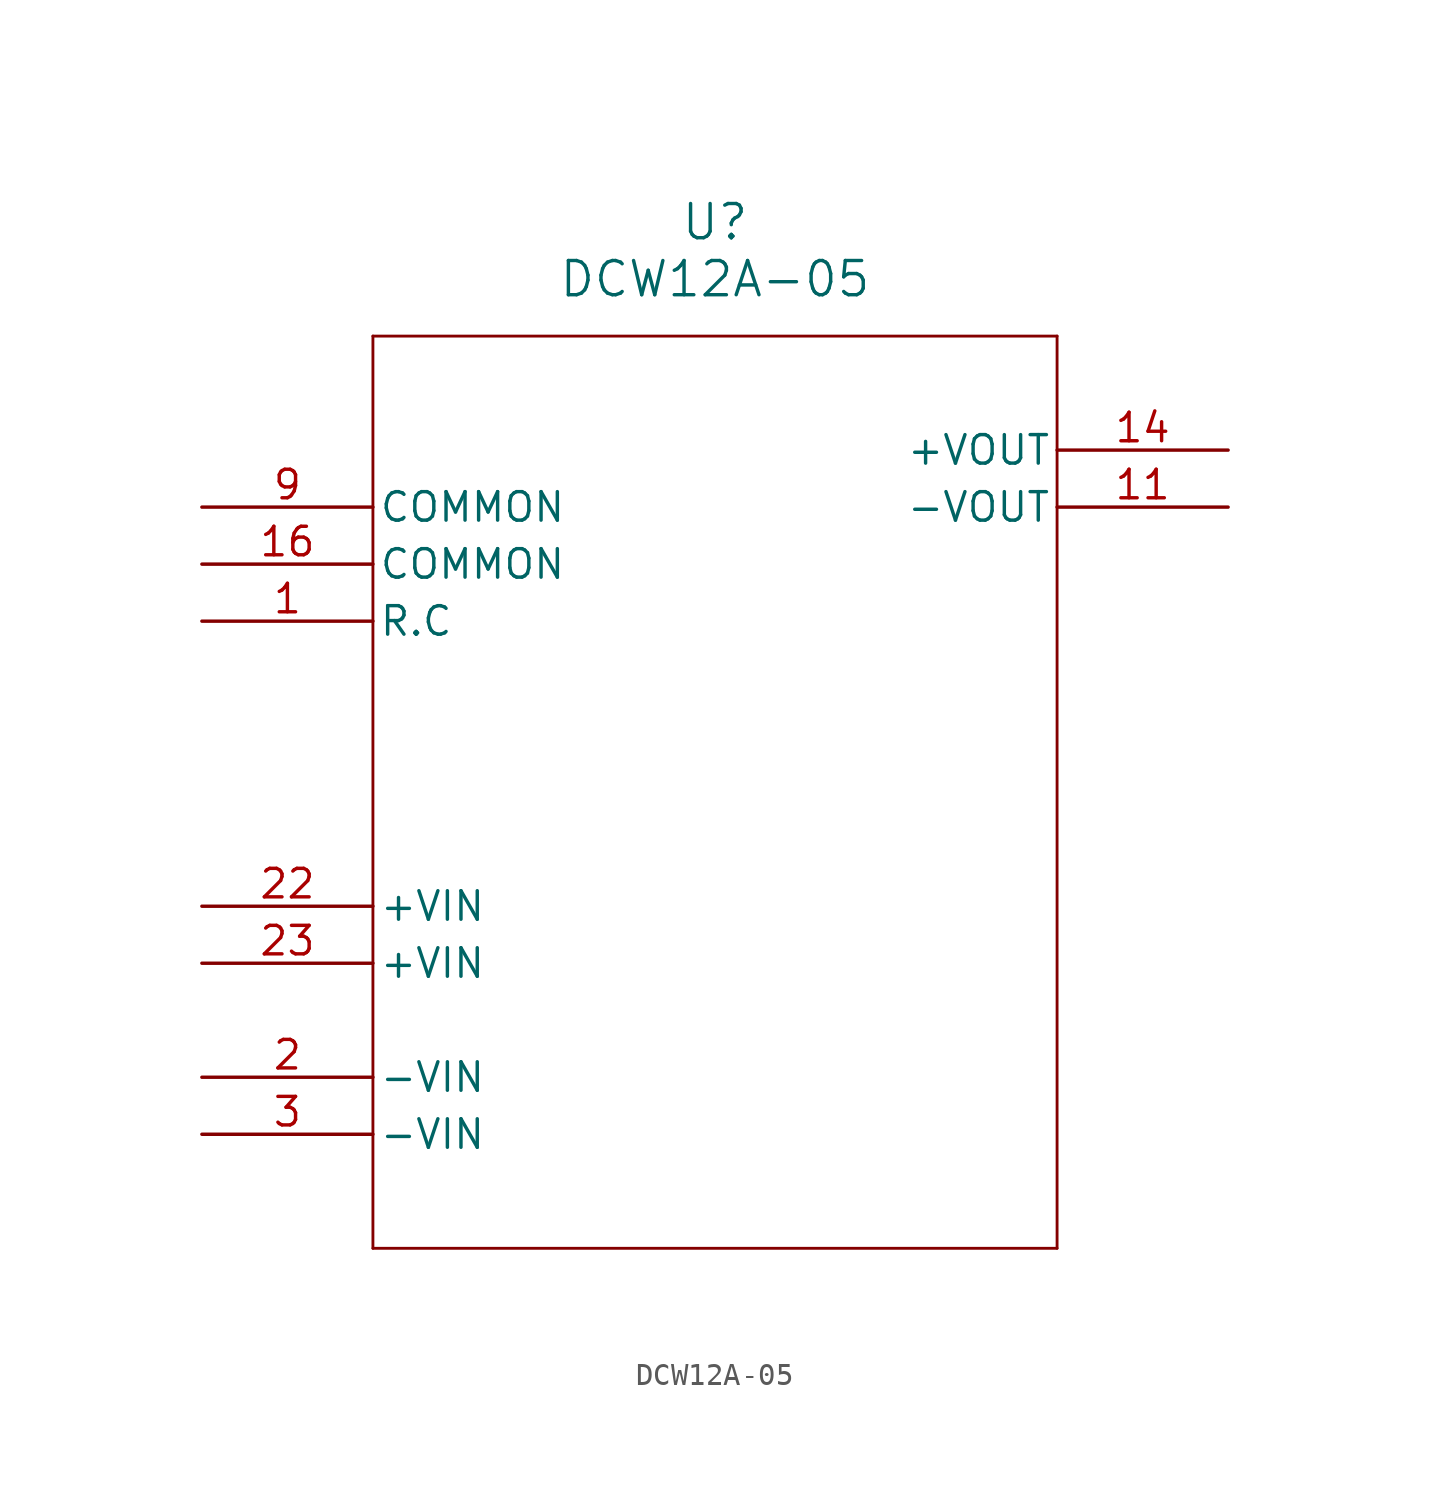
<source format=kicad_sym>
(kicad_symbol_lib
  (version 20211014)
  (generator kicad_symbol_editor)
  (symbol "DCW12A-05"
    (pin_names
      (offset 0.254))
    (property "Reference" "U"
      (at 22.86 12.7 0)
      (effects (font (size 1.524 1.524))))
    (property "Value" "DCW12A-05"
      (at 22.86 10.16 0)
      (effects (font (size 1.524 1.524))))
    (symbol "DCW12A-05_0_1"
      (polyline (pts (xy 7.62 7.62) (xy 7.62 -33.02)) (stroke (width 0.127) (type default) (color 0 0 0 0)) (fill (type none)))
      (polyline (pts (xy 7.62 -33.02) (xy 38.1 -33.02)) (stroke (width 0.127) (type default) (color 0 0 0 0)) (fill (type none)))
      (polyline (pts (xy 38.1 -33.02) (xy 38.1 7.62)) (stroke (width 0.127) (type default) (color 0 0 0 0)) (fill (type none)))
      (polyline (pts (xy 38.1 7.62) (xy 7.62 7.62)) (stroke (width 0.127) (type default) (color 0 0 0 0)) (fill (type none)))
      (pin unspecified line (at 0 -5.08 0) (length 7.62) (name "R.C" (effects (font (size 1.27 1.27)))) (number "1" (effects (font (size 1.27 1.27)))))
      (pin unspecified line (at 0 -25.4 0) (length 7.62) (name "-VIN" (effects (font (size 1.27 1.27)))) (number "2" (effects (font (size 1.27 1.27)))))
      (pin unspecified line (at 0 -27.94 0) (length 7.62) (name "-VIN" (effects (font (size 1.27 1.27)))) (number "3" (effects (font (size 1.27 1.27)))))
      (pin unspecified line (at 0 0 0) (length 7.62) (name "COMMON" (effects (font (size 1.27 1.27)))) (number "9" (effects (font (size 1.27 1.27)))))
      (pin unspecified line (at 45.72 0 180) (length 7.62) (name "-VOUT" (effects (font (size 1.27 1.27)))) (number "11" (effects (font (size 1.27 1.27)))))
      (pin unspecified line (at 45.72 2.54 180) (length 7.62) (name "+VOUT" (effects (font (size 1.27 1.27)))) (number "14" (effects (font (size 1.27 1.27)))))
      (pin unspecified line (at 0 -2.54 0) (length 7.62) (name "COMMON" (effects (font (size 1.27 1.27)))) (number "16" (effects (font (size 1.27 1.27)))))
      (pin unspecified line (at 0 -17.78 0) (length 7.62) (name "+VIN" (effects (font (size 1.27 1.27)))) (number "22" (effects (font (size 1.27 1.27)))))
      (pin unspecified line (at 0 -20.32 0) (length 7.62) (name "+VIN" (effects (font (size 1.27 1.27)))) (number "23" (effects (font (size 1.27 1.27))))))))
</source>
